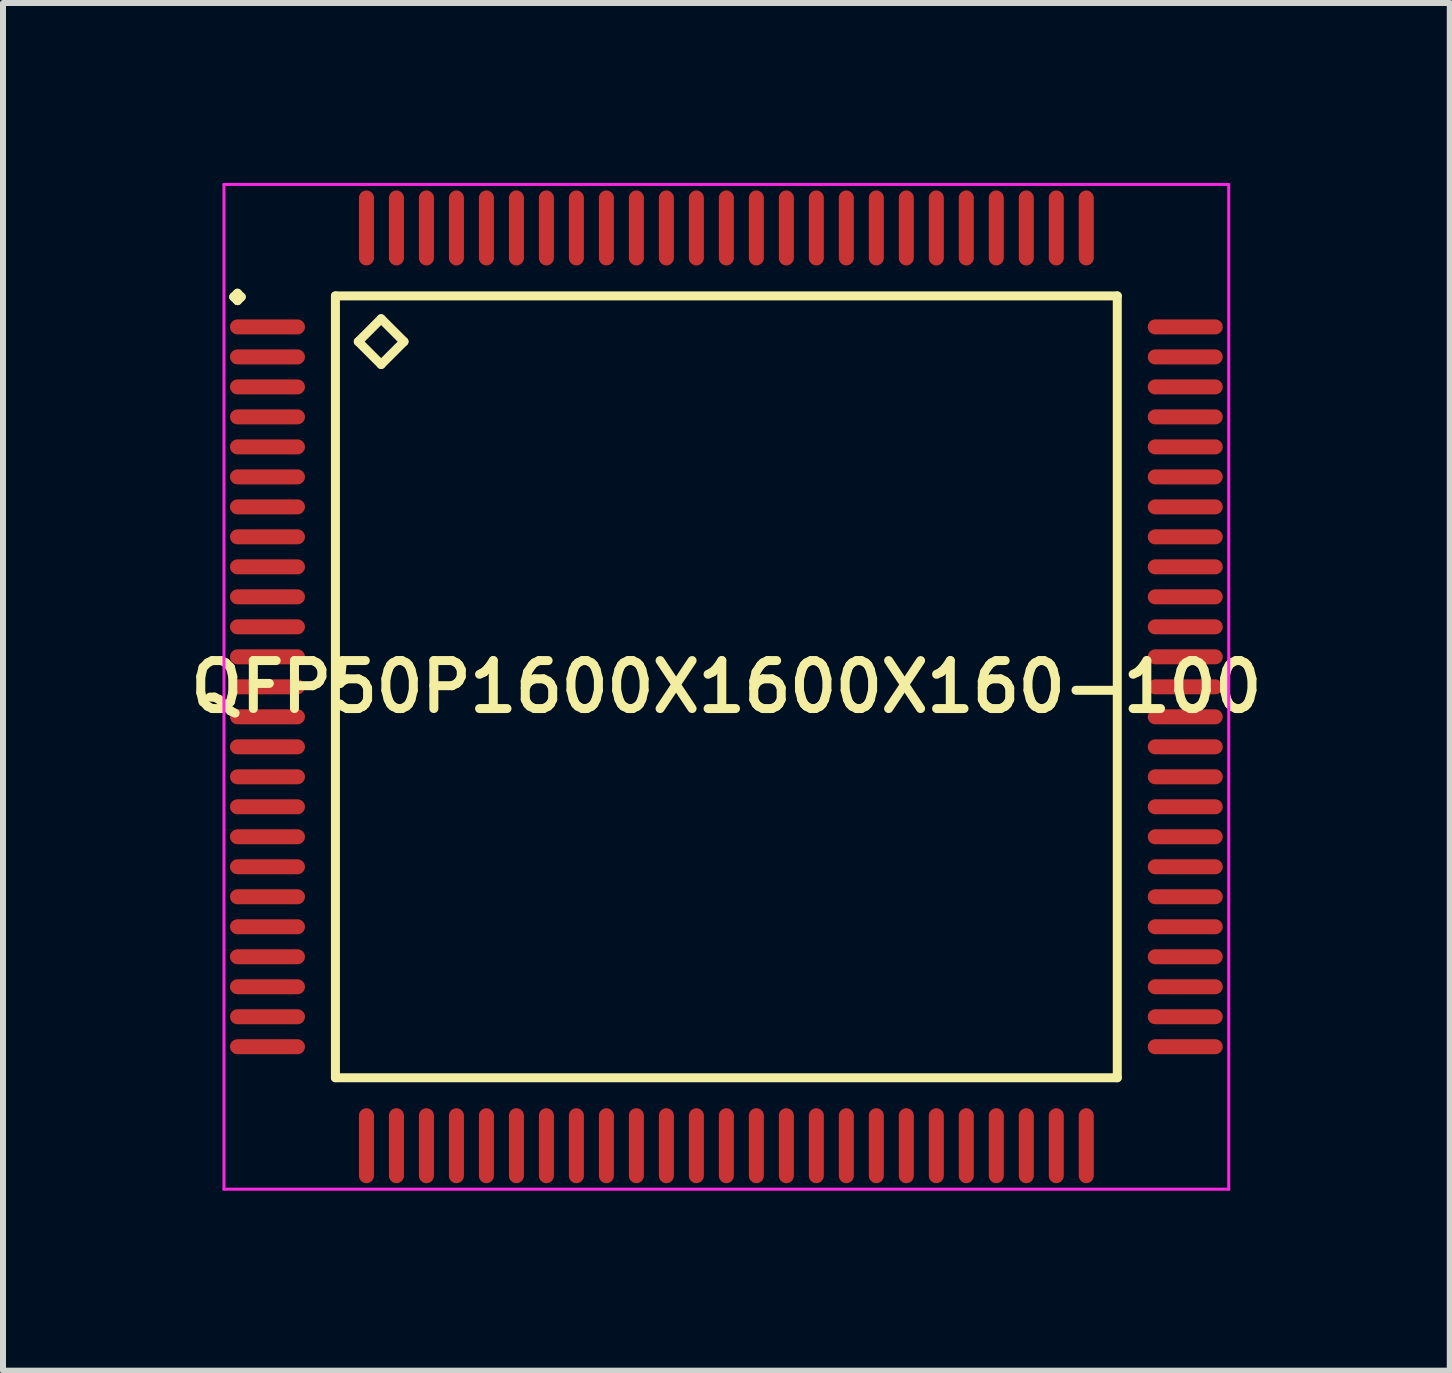
<source format=kicad_pcb>
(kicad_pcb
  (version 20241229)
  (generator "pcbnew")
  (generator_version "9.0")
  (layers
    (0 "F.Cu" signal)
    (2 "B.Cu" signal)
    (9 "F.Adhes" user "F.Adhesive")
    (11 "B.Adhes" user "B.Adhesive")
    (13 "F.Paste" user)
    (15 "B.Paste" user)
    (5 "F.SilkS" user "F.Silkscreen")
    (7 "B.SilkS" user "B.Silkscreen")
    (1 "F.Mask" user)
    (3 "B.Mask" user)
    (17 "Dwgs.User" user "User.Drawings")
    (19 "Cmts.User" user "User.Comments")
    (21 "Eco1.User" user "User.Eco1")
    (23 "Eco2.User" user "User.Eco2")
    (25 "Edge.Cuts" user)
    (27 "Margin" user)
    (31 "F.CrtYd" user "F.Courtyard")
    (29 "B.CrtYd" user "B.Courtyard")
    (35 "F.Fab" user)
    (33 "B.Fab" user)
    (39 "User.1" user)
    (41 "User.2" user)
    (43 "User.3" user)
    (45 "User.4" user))
  (footprint "QFP50P1600X1600X160-100"
    (layer "F.Cu")
    (at 9.059 8.4)
    (property "Reference" "QFP50P1600X1600X160-100" (at 0 0 0) (layer "F.SilkS") (effects (font (size 0.8 0.8) (thickness 0.15))))
    (attr smd)
    (fp_line (start -8.213 -6.5) (end -8.15 -6.562) (stroke (width 0.15) (type solid)) (layer "F.SilkS"))
    (fp_line (start -8.15 -6.562) (end -8.088 -6.5) (stroke (width 0.15) (type solid)) (layer "F.SilkS"))
    (fp_line (start -8.15 -6.438) (end -8.213 -6.5) (stroke (width 0.15) (type solid)) (layer "F.SilkS"))
    (fp_line (start -8.088 -6.5) (end -8.15 -6.438) (stroke (width 0.15) (type solid)) (layer "F.SilkS"))
    (fp_line (start -6.517 -6.517) (end -6.517 6.517) (stroke (width 0.15) (type solid)) (layer "F.SilkS"))
    (fp_line (start -6.517 6.517) (end 6.517 6.517) (stroke (width 0.15) (type solid)) (layer "F.SilkS"))
    (fp_line (start -6.136 -5.755) (end -5.755 -6.136) (stroke (width 0.15) (type solid)) (layer "F.SilkS"))
    (fp_line (start -5.755 -6.136) (end -5.374 -5.755) (stroke (width 0.15) (type solid)) (layer "F.SilkS"))
    (fp_line (start -5.755 -5.374) (end -6.136 -5.755) (stroke (width 0.15) (type solid)) (layer "F.SilkS"))
    (fp_line (start -5.374 -5.755) (end -5.755 -5.374) (stroke (width 0.15) (type solid)) (layer "F.SilkS"))
    (fp_line (start 6.517 -6.517) (end -6.517 -6.517) (stroke (width 0.15) (type solid)) (layer "F.SilkS"))
    (fp_line (start 6.517 6.517) (end 6.517 -6.517) (stroke (width 0.15) (type solid)) (layer "F.SilkS"))
    (fp_line (start -8.375 -8.375) (end 8.375 -8.375) (stroke (width 0.05) (type solid)) (layer "F.CrtYd"))
    (fp_line (start -8.375 8.375) (end -8.375 -8.375) (stroke (width 0.05) (type solid)) (layer "F.CrtYd"))
    (fp_line (start 8.375 -8.375) (end 8.375 8.375) (stroke (width 0.05) (type solid)) (layer "F.CrtYd"))
    (fp_line (start 8.375 8.375) (end -8.375 8.375) (stroke (width 0.05) (type solid)) (layer "F.CrtYd"))
    (pad "1" smd oval (at -7.65 -6) (size 1.25 0.25) (layers "F.Cu" "F.Mask" "F.Paste"))
    (pad "2" smd oval (at -7.65 -5.5) (size 1.25 0.25) (layers "F.Cu" "F.Mask" "F.Paste"))
    (pad "3" smd oval (at -7.65 -5) (size 1.25 0.25) (layers "F.Cu" "F.Mask" "F.Paste"))
    (pad "4" smd oval (at -7.65 -4.5) (size 1.25 0.25) (layers "F.Cu" "F.Mask" "F.Paste"))
    (pad "5" smd oval (at -7.65 -4) (size 1.25 0.25) (layers "F.Cu" "F.Mask" "F.Paste"))
    (pad "6" smd oval (at -7.65 -3.5) (size 1.25 0.25) (layers "F.Cu" "F.Mask" "F.Paste"))
    (pad "7" smd oval (at -7.65 -3) (size 1.25 0.25) (layers "F.Cu" "F.Mask" "F.Paste"))
    (pad "8" smd oval (at -7.65 -2.5) (size 1.25 0.25) (layers "F.Cu" "F.Mask" "F.Paste"))
    (pad "9" smd oval (at -7.65 -2) (size 1.25 0.25) (layers "F.Cu" "F.Mask" "F.Paste"))
    (pad "10" smd oval (at -7.65 -1.5) (size 1.25 0.25) (layers "F.Cu" "F.Mask" "F.Paste"))
    (pad "11" smd oval (at -7.65 -1) (size 1.25 0.25) (layers "F.Cu" "F.Mask" "F.Paste"))
    (pad "12" smd oval (at -7.65 -0.5) (size 1.25 0.25) (layers "F.Cu" "F.Mask" "F.Paste"))
    (pad "13" smd oval (at -7.65 0) (size 1.25 0.25) (layers "F.Cu" "F.Mask" "F.Paste"))
    (pad "14" smd oval (at -7.65 0.5) (size 1.25 0.25) (layers "F.Cu" "F.Mask" "F.Paste"))
    (pad "15" smd oval (at -7.65 1) (size 1.25 0.25) (layers "F.Cu" "F.Mask" "F.Paste"))
    (pad "16" smd oval (at -7.65 1.5) (size 1.25 0.25) (layers "F.Cu" "F.Mask" "F.Paste"))
    (pad "17" smd oval (at -7.65 2) (size 1.25 0.25) (layers "F.Cu" "F.Mask" "F.Paste"))
    (pad "18" smd oval (at -7.65 2.5) (size 1.25 0.25) (layers "F.Cu" "F.Mask" "F.Paste"))
    (pad "19" smd oval (at -7.65 3) (size 1.25 0.25) (layers "F.Cu" "F.Mask" "F.Paste"))
    (pad "20" smd oval (at -7.65 3.5) (size 1.25 0.25) (layers "F.Cu" "F.Mask" "F.Paste"))
    (pad "21" smd oval (at -7.65 4) (size 1.25 0.25) (layers "F.Cu" "F.Mask" "F.Paste"))
    (pad "22" smd oval (at -7.65 4.5) (size 1.25 0.25) (layers "F.Cu" "F.Mask" "F.Paste"))
    (pad "23" smd oval (at -7.65 5) (size 1.25 0.25) (layers "F.Cu" "F.Mask" "F.Paste"))
    (pad "24" smd oval (at -7.65 5.5) (size 1.25 0.25) (layers "F.Cu" "F.Mask" "F.Paste"))
    (pad "25" smd oval (at -7.65 6) (size 1.25 0.25) (layers "F.Cu" "F.Mask" "F.Paste"))
    (pad "26" smd oval (at -6 7.65) (size 0.25 1.25) (layers "F.Cu" "F.Mask" "F.Paste"))
    (pad "27" smd oval (at -5.5 7.65) (size 0.25 1.25) (layers "F.Cu" "F.Mask" "F.Paste"))
    (pad "28" smd oval (at -5 7.65) (size 0.25 1.25) (layers "F.Cu" "F.Mask" "F.Paste"))
    (pad "29" smd oval (at -4.5 7.65) (size 0.25 1.25) (layers "F.Cu" "F.Mask" "F.Paste"))
    (pad "30" smd oval (at -4 7.65) (size 0.25 1.25) (layers "F.Cu" "F.Mask" "F.Paste"))
    (pad "31" smd oval (at -3.5 7.65) (size 0.25 1.25) (layers "F.Cu" "F.Mask" "F.Paste"))
    (pad "32" smd oval (at -3 7.65) (size 0.25 1.25) (layers "F.Cu" "F.Mask" "F.Paste"))
    (pad "33" smd oval (at -2.5 7.65) (size 0.25 1.25) (layers "F.Cu" "F.Mask" "F.Paste"))
    (pad "34" smd oval (at -2 7.65) (size 0.25 1.25) (layers "F.Cu" "F.Mask" "F.Paste"))
    (pad "35" smd oval (at -1.5 7.65) (size 0.25 1.25) (layers "F.Cu" "F.Mask" "F.Paste"))
    (pad "36" smd oval (at -1 7.65) (size 0.25 1.25) (layers "F.Cu" "F.Mask" "F.Paste"))
    (pad "37" smd oval (at -0.5 7.65) (size 0.25 1.25) (layers "F.Cu" "F.Mask" "F.Paste"))
    (pad "38" smd oval (at 0 7.65) (size 0.25 1.25) (layers "F.Cu" "F.Mask" "F.Paste"))
    (pad "39" smd oval (at 0.5 7.65) (size 0.25 1.25) (layers "F.Cu" "F.Mask" "F.Paste"))
    (pad "40" smd oval (at 1 7.65) (size 0.25 1.25) (layers "F.Cu" "F.Mask" "F.Paste"))
    (pad "41" smd oval (at 1.5 7.65) (size 0.25 1.25) (layers "F.Cu" "F.Mask" "F.Paste"))
    (pad "42" smd oval (at 2 7.65) (size 0.25 1.25) (layers "F.Cu" "F.Mask" "F.Paste"))
    (pad "43" smd oval (at 2.5 7.65) (size 0.25 1.25) (layers "F.Cu" "F.Mask" "F.Paste"))
    (pad "44" smd oval (at 3 7.65) (size 0.25 1.25) (layers "F.Cu" "F.Mask" "F.Paste"))
    (pad "45" smd oval (at 3.5 7.65) (size 0.25 1.25) (layers "F.Cu" "F.Mask" "F.Paste"))
    (pad "46" smd oval (at 4 7.65) (size 0.25 1.25) (layers "F.Cu" "F.Mask" "F.Paste"))
    (pad "47" smd oval (at 4.5 7.65) (size 0.25 1.25) (layers "F.Cu" "F.Mask" "F.Paste"))
    (pad "48" smd oval (at 5 7.65) (size 0.25 1.25) (layers "F.Cu" "F.Mask" "F.Paste"))
    (pad "49" smd oval (at 5.5 7.65) (size 0.25 1.25) (layers "F.Cu" "F.Mask" "F.Paste"))
    (pad "50" smd oval (at 6 7.65) (size 0.25 1.25) (layers "F.Cu" "F.Mask" "F.Paste"))
    (pad "51" smd oval (at 7.65 6) (size 1.25 0.25) (layers "F.Cu" "F.Mask" "F.Paste"))
    (pad "52" smd oval (at 7.65 5.5) (size 1.25 0.25) (layers "F.Cu" "F.Mask" "F.Paste"))
    (pad "53" smd oval (at 7.65 5) (size 1.25 0.25) (layers "F.Cu" "F.Mask" "F.Paste"))
    (pad "54" smd oval (at 7.65 4.5) (size 1.25 0.25) (layers "F.Cu" "F.Mask" "F.Paste"))
    (pad "55" smd oval (at 7.65 4) (size 1.25 0.25) (layers "F.Cu" "F.Mask" "F.Paste"))
    (pad "56" smd oval (at 7.65 3.5) (size 1.25 0.25) (layers "F.Cu" "F.Mask" "F.Paste"))
    (pad "57" smd oval (at 7.65 3) (size 1.25 0.25) (layers "F.Cu" "F.Mask" "F.Paste"))
    (pad "58" smd oval (at 7.65 2.5) (size 1.25 0.25) (layers "F.Cu" "F.Mask" "F.Paste"))
    (pad "59" smd oval (at 7.65 2) (size 1.25 0.25) (layers "F.Cu" "F.Mask" "F.Paste"))
    (pad "60" smd oval (at 7.65 1.5) (size 1.25 0.25) (layers "F.Cu" "F.Mask" "F.Paste"))
    (pad "61" smd oval (at 7.65 1) (size 1.25 0.25) (layers "F.Cu" "F.Mask" "F.Paste"))
    (pad "62" smd oval (at 7.65 0.5) (size 1.25 0.25) (layers "F.Cu" "F.Mask" "F.Paste"))
    (pad "63" smd oval (at 7.65 0) (size 1.25 0.25) (layers "F.Cu" "F.Mask" "F.Paste"))
    (pad "64" smd oval (at 7.65 -0.5) (size 1.25 0.25) (layers "F.Cu" "F.Mask" "F.Paste"))
    (pad "65" smd oval (at 7.65 -1) (size 1.25 0.25) (layers "F.Cu" "F.Mask" "F.Paste"))
    (pad "66" smd oval (at 7.65 -1.5) (size 1.25 0.25) (layers "F.Cu" "F.Mask" "F.Paste"))
    (pad "67" smd oval (at 7.65 -2) (size 1.25 0.25) (layers "F.Cu" "F.Mask" "F.Paste"))
    (pad "68" smd oval (at 7.65 -2.5) (size 1.25 0.25) (layers "F.Cu" "F.Mask" "F.Paste"))
    (pad "69" smd oval (at 7.65 -3) (size 1.25 0.25) (layers "F.Cu" "F.Mask" "F.Paste"))
    (pad "70" smd oval (at 7.65 -3.5) (size 1.25 0.25) (layers "F.Cu" "F.Mask" "F.Paste"))
    (pad "71" smd oval (at 7.65 -4) (size 1.25 0.25) (layers "F.Cu" "F.Mask" "F.Paste"))
    (pad "72" smd oval (at 7.65 -4.5) (size 1.25 0.25) (layers "F.Cu" "F.Mask" "F.Paste"))
    (pad "73" smd oval (at 7.65 -5) (size 1.25 0.25) (layers "F.Cu" "F.Mask" "F.Paste"))
    (pad "74" smd oval (at 7.65 -5.5) (size 1.25 0.25) (layers "F.Cu" "F.Mask" "F.Paste"))
    (pad "75" smd oval (at 7.65 -6) (size 1.25 0.25) (layers "F.Cu" "F.Mask" "F.Paste"))
    (pad "76" smd oval (at 6 -7.65) (size 0.25 1.25) (layers "F.Cu" "F.Mask" "F.Paste"))
    (pad "77" smd oval (at 5.5 -7.65) (size 0.25 1.25) (layers "F.Cu" "F.Mask" "F.Paste"))
    (pad "78" smd oval (at 5 -7.65) (size 0.25 1.25) (layers "F.Cu" "F.Mask" "F.Paste"))
    (pad "79" smd oval (at 4.5 -7.65) (size 0.25 1.25) (layers "F.Cu" "F.Mask" "F.Paste"))
    (pad "80" smd oval (at 4 -7.65) (size 0.25 1.25) (layers "F.Cu" "F.Mask" "F.Paste"))
    (pad "81" smd oval (at 3.5 -7.65) (size 0.25 1.25) (layers "F.Cu" "F.Mask" "F.Paste"))
    (pad "82" smd oval (at 3 -7.65) (size 0.25 1.25) (layers "F.Cu" "F.Mask" "F.Paste"))
    (pad "83" smd oval (at 2.5 -7.65) (size 0.25 1.25) (layers "F.Cu" "F.Mask" "F.Paste"))
    (pad "84" smd oval (at 2 -7.65) (size 0.25 1.25) (layers "F.Cu" "F.Mask" "F.Paste"))
    (pad "85" smd oval (at 1.5 -7.65) (size 0.25 1.25) (layers "F.Cu" "F.Mask" "F.Paste"))
    (pad "86" smd oval (at 1 -7.65) (size 0.25 1.25) (layers "F.Cu" "F.Mask" "F.Paste"))
    (pad "87" smd oval (at 0.5 -7.65) (size 0.25 1.25) (layers "F.Cu" "F.Mask" "F.Paste"))
    (pad "88" smd oval (at 0 -7.65) (size 0.25 1.25) (layers "F.Cu" "F.Mask" "F.Paste"))
    (pad "89" smd oval (at -0.5 -7.65) (size 0.25 1.25) (layers "F.Cu" "F.Mask" "F.Paste"))
    (pad "90" smd oval (at -1 -7.65) (size 0.25 1.25) (layers "F.Cu" "F.Mask" "F.Paste"))
    (pad "91" smd oval (at -1.5 -7.65) (size 0.25 1.25) (layers "F.Cu" "F.Mask" "F.Paste"))
    (pad "92" smd oval (at -2 -7.65) (size 0.25 1.25) (layers "F.Cu" "F.Mask" "F.Paste"))
    (pad "93" smd oval (at -2.5 -7.65) (size 0.25 1.25) (layers "F.Cu" "F.Mask" "F.Paste"))
    (pad "94" smd oval (at -3 -7.65) (size 0.25 1.25) (layers "F.Cu" "F.Mask" "F.Paste"))
    (pad "95" smd oval (at -3.5 -7.65) (size 0.25 1.25) (layers "F.Cu" "F.Mask" "F.Paste"))
    (pad "96" smd oval (at -4 -7.65) (size 0.25 1.25) (layers "F.Cu" "F.Mask" "F.Paste"))
    (pad "97" smd oval (at -4.5 -7.65) (size 0.25 1.25) (layers "F.Cu" "F.Mask" "F.Paste"))
    (pad "98" smd oval (at -5 -7.65) (size 0.25 1.25) (layers "F.Cu" "F.Mask" "F.Paste"))
    (pad "99" smd oval (at -5.5 -7.65) (size 0.25 1.25) (layers "F.Cu" "F.Mask" "F.Paste"))
    (pad "100" smd oval (at -6 -7.65) (size 0.25 1.25) (layers "F.Cu" "F.Mask" "F.Paste")))
  (gr_rect
    (start -3 -3)
    (end 21.119 19.8)
    (stroke (width 0.1) (type default))
    (fill no)
    (layer "Edge.Cuts")))
</source>
